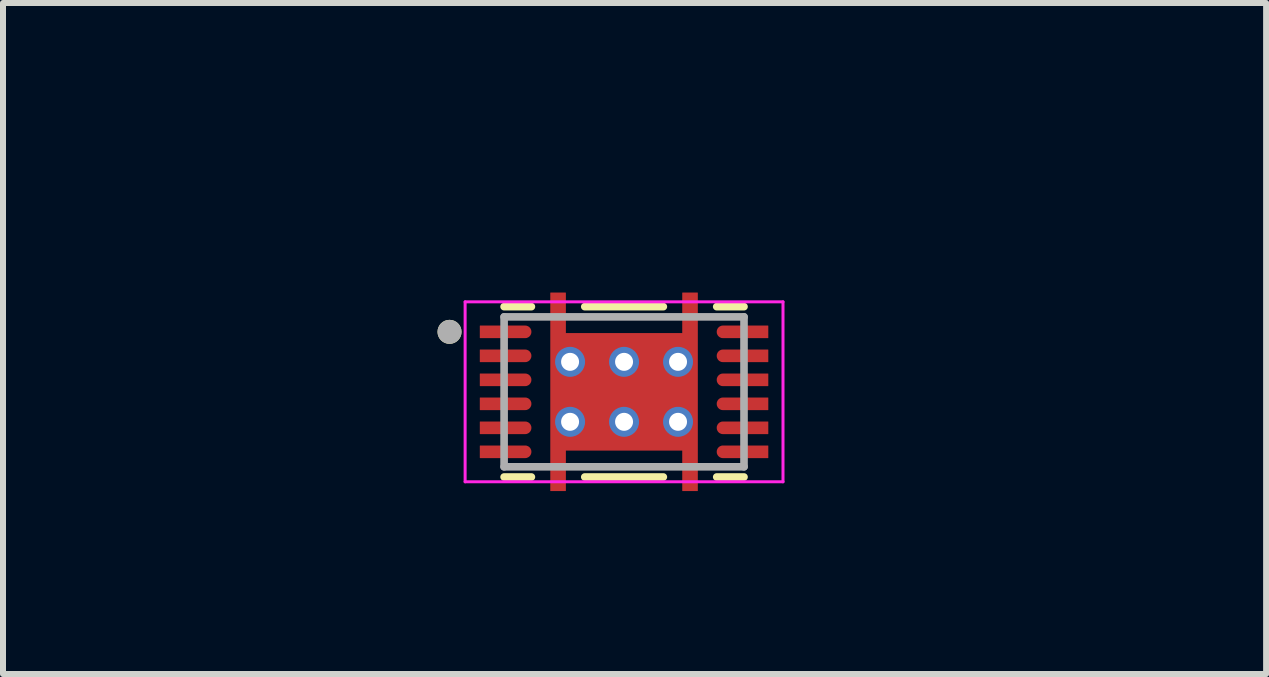
<source format=kicad_pcb>
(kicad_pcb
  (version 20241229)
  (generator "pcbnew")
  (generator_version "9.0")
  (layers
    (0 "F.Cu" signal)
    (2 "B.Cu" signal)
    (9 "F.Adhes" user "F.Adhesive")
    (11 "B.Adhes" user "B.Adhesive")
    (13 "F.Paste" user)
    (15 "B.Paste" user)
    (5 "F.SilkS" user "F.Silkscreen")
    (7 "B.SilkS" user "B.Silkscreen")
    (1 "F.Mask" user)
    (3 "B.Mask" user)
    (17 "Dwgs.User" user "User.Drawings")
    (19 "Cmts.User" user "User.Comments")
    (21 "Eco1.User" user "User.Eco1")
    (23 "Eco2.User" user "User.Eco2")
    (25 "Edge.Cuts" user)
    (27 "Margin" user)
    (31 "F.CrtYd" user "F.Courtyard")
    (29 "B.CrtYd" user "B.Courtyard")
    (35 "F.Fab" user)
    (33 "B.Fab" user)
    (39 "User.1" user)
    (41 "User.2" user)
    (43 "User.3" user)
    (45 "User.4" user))
  (footprint "BQ27441DRZR-G1A"
    (layer "F.Cu")
    (at 7.355 3.483)
    (property "Reference" "BQ27441DRZR-G1A" (at 0.175 -2.635 0) (layer "User.2") (effects (font (size 1 1) (thickness 0.15))))
    (attr smd)
    (fp_poly (pts (xy -1.275 1.7) (xy -1.275 -1.7) (xy -0.925 -1.7) (xy -0.925 -1.025) (xy 0.925 -1.025) (xy 0.925 -1.7) (xy 1.275 -1.7) (xy 1.275 1.7) (xy 0.925 1.7) (xy 0.925 1.025) (xy -0.925 1.025) (xy -0.925 1.7)) (stroke (width 0.01) (type solid)) (fill yes) (layer "F.Mask"))
    (fp_poly (pts (xy -2.45 -1.15) (xy -1.65 -1.15) (xy -1.642 -1.15) (xy -1.634 -1.149) (xy -1.627 -1.148) (xy -1.619 -1.147) (xy -1.611 -1.145) (xy -1.604 -1.143) (xy -1.596 -1.14) (xy -1.589 -1.137) (xy -1.582 -1.134) (xy -1.575 -1.13) (xy -1.568 -1.126) (xy -1.562 -1.121) (xy -1.556 -1.117) (xy -1.55 -1.111) (xy -1.544 -1.106) (xy -1.539 -1.1) (xy -1.533 -1.094) (xy -1.529 -1.088) (xy -1.524 -1.082) (xy -1.52 -1.075) (xy -1.516 -1.068) (xy -1.513 -1.061) (xy -1.51 -1.054) (xy -1.507 -1.046) (xy -1.505 -1.039) (xy -1.503 -1.031) (xy -1.502 -1.023) (xy -1.501 -1.016) (xy -1.5 -1.008) (xy -1.5 -1) (xy -1.5 -0.992) (xy -1.501 -0.984) (xy -1.502 -0.977) (xy -1.503 -0.969) (xy -1.505 -0.961) (xy -1.507 -0.954) (xy -1.51 -0.946) (xy -1.513 -0.939) (xy -1.516 -0.932) (xy -1.52 -0.925) (xy -1.524 -0.918) (xy -1.529 -0.912) (xy -1.533 -0.906) (xy -1.539 -0.9) (xy -1.544 -0.894) (xy -1.55 -0.889) (xy -1.556 -0.883) (xy -1.562 -0.879) (xy -1.568 -0.874) (xy -1.575 -0.87) (xy -1.582 -0.866) (xy -1.589 -0.863) (xy -1.596 -0.86) (xy -1.604 -0.857) (xy -1.611 -0.855) (xy -1.619 -0.853) (xy -1.627 -0.852) (xy -1.634 -0.851) (xy -1.642 -0.85) (xy -1.65 -0.85) (xy -2.45 -0.85) (xy -2.45 -1) (xy -2.45 -1.15)) (stroke (width 0.01) (type solid)) (fill yes) (layer "F.Mask"))
    (fp_poly (pts (xy -2.45 -0.75) (xy -1.65 -0.75) (xy -1.642 -0.75) (xy -1.634 -0.749) (xy -1.627 -0.748) (xy -1.619 -0.747) (xy -1.611 -0.745) (xy -1.604 -0.743) (xy -1.596 -0.74) (xy -1.589 -0.737) (xy -1.582 -0.734) (xy -1.575 -0.73) (xy -1.568 -0.726) (xy -1.562 -0.721) (xy -1.556 -0.717) (xy -1.55 -0.711) (xy -1.544 -0.706) (xy -1.539 -0.7) (xy -1.533 -0.694) (xy -1.529 -0.688) (xy -1.524 -0.682) (xy -1.52 -0.675) (xy -1.516 -0.668) (xy -1.513 -0.661) (xy -1.51 -0.654) (xy -1.507 -0.646) (xy -1.505 -0.639) (xy -1.503 -0.631) (xy -1.502 -0.623) (xy -1.501 -0.616) (xy -1.5 -0.608) (xy -1.5 -0.6) (xy -1.5 -0.592) (xy -1.501 -0.584) (xy -1.502 -0.577) (xy -1.503 -0.569) (xy -1.505 -0.561) (xy -1.507 -0.554) (xy -1.51 -0.546) (xy -1.513 -0.539) (xy -1.516 -0.532) (xy -1.52 -0.525) (xy -1.524 -0.518) (xy -1.529 -0.512) (xy -1.533 -0.506) (xy -1.539 -0.5) (xy -1.544 -0.494) (xy -1.55 -0.489) (xy -1.556 -0.483) (xy -1.562 -0.479) (xy -1.568 -0.474) (xy -1.575 -0.47) (xy -1.582 -0.466) (xy -1.589 -0.463) (xy -1.596 -0.46) (xy -1.604 -0.457) (xy -1.611 -0.455) (xy -1.619 -0.453) (xy -1.627 -0.452) (xy -1.634 -0.451) (xy -1.642 -0.45) (xy -1.65 -0.45) (xy -2.45 -0.45) (xy -2.45 -0.6) (xy -2.45 -0.75)) (stroke (width 0.01) (type solid)) (fill yes) (layer "F.Mask"))
    (fp_poly (pts (xy -2.45 -0.35) (xy -1.65 -0.35) (xy -1.642 -0.35) (xy -1.634 -0.349) (xy -1.627 -0.348) (xy -1.619 -0.347) (xy -1.611 -0.345) (xy -1.604 -0.343) (xy -1.596 -0.34) (xy -1.589 -0.337) (xy -1.582 -0.334) (xy -1.575 -0.33) (xy -1.568 -0.326) (xy -1.562 -0.321) (xy -1.556 -0.317) (xy -1.55 -0.311) (xy -1.544 -0.306) (xy -1.539 -0.3) (xy -1.533 -0.294) (xy -1.529 -0.288) (xy -1.524 -0.282) (xy -1.52 -0.275) (xy -1.516 -0.268) (xy -1.513 -0.261) (xy -1.51 -0.254) (xy -1.507 -0.246) (xy -1.505 -0.239) (xy -1.503 -0.231) (xy -1.502 -0.223) (xy -1.501 -0.216) (xy -1.5 -0.208) (xy -1.5 -0.2) (xy -1.5 -0.192) (xy -1.501 -0.184) (xy -1.502 -0.177) (xy -1.503 -0.169) (xy -1.505 -0.161) (xy -1.507 -0.154) (xy -1.51 -0.146) (xy -1.513 -0.139) (xy -1.516 -0.132) (xy -1.52 -0.125) (xy -1.524 -0.118) (xy -1.529 -0.112) (xy -1.533 -0.106) (xy -1.539 -0.1) (xy -1.544 -0.094) (xy -1.55 -0.089) (xy -1.556 -0.083) (xy -1.562 -0.079) (xy -1.568 -0.074) (xy -1.575 -0.07) (xy -1.582 -0.066) (xy -1.589 -0.063) (xy -1.596 -0.06) (xy -1.604 -0.057) (xy -1.611 -0.055) (xy -1.619 -0.053) (xy -1.627 -0.052) (xy -1.634 -0.051) (xy -1.642 -0.05) (xy -1.65 -0.05) (xy -2.45 -0.05) (xy -2.45 -0.2) (xy -2.45 -0.35)) (stroke (width 0.01) (type solid)) (fill yes) (layer "F.Mask"))
    (fp_poly (pts (xy -2.45 0.05) (xy -1.65 0.05) (xy -1.642 0.05) (xy -1.634 0.051) (xy -1.627 0.052) (xy -1.619 0.053) (xy -1.611 0.055) (xy -1.604 0.057) (xy -1.596 0.06) (xy -1.589 0.063) (xy -1.582 0.066) (xy -1.575 0.07) (xy -1.568 0.074) (xy -1.562 0.079) (xy -1.556 0.083) (xy -1.55 0.089) (xy -1.544 0.094) (xy -1.539 0.1) (xy -1.533 0.106) (xy -1.529 0.112) (xy -1.524 0.118) (xy -1.52 0.125) (xy -1.516 0.132) (xy -1.513 0.139) (xy -1.51 0.146) (xy -1.507 0.154) (xy -1.505 0.161) (xy -1.503 0.169) (xy -1.502 0.177) (xy -1.501 0.184) (xy -1.5 0.192) (xy -1.5 0.2) (xy -1.5 0.208) (xy -1.501 0.216) (xy -1.502 0.223) (xy -1.503 0.231) (xy -1.505 0.239) (xy -1.507 0.246) (xy -1.51 0.254) (xy -1.513 0.261) (xy -1.516 0.268) (xy -1.52 0.275) (xy -1.524 0.282) (xy -1.529 0.288) (xy -1.533 0.294) (xy -1.539 0.3) (xy -1.544 0.306) (xy -1.55 0.311) (xy -1.556 0.317) (xy -1.562 0.321) (xy -1.568 0.326) (xy -1.575 0.33) (xy -1.582 0.334) (xy -1.589 0.337) (xy -1.596 0.34) (xy -1.604 0.343) (xy -1.611 0.345) (xy -1.619 0.347) (xy -1.627 0.348) (xy -1.634 0.349) (xy -1.642 0.35) (xy -1.65 0.35) (xy -2.45 0.35) (xy -2.45 0.2) (xy -2.45 0.05)) (stroke (width 0.01) (type solid)) (fill yes) (layer "F.Mask"))
    (fp_poly (pts (xy -2.45 0.45) (xy -1.65 0.45) (xy -1.642 0.45) (xy -1.634 0.451) (xy -1.627 0.452) (xy -1.619 0.453) (xy -1.611 0.455) (xy -1.604 0.457) (xy -1.596 0.46) (xy -1.589 0.463) (xy -1.582 0.466) (xy -1.575 0.47) (xy -1.568 0.474) (xy -1.562 0.479) (xy -1.556 0.483) (xy -1.55 0.489) (xy -1.544 0.494) (xy -1.539 0.5) (xy -1.533 0.506) (xy -1.529 0.512) (xy -1.524 0.518) (xy -1.52 0.525) (xy -1.516 0.532) (xy -1.513 0.539) (xy -1.51 0.546) (xy -1.507 0.554) (xy -1.505 0.561) (xy -1.503 0.569) (xy -1.502 0.577) (xy -1.501 0.584) (xy -1.5 0.592) (xy -1.5 0.6) (xy -1.5 0.608) (xy -1.501 0.616) (xy -1.502 0.623) (xy -1.503 0.631) (xy -1.505 0.639) (xy -1.507 0.646) (xy -1.51 0.654) (xy -1.513 0.661) (xy -1.516 0.668) (xy -1.52 0.675) (xy -1.524 0.682) (xy -1.529 0.688) (xy -1.533 0.694) (xy -1.539 0.7) (xy -1.544 0.706) (xy -1.55 0.711) (xy -1.556 0.717) (xy -1.562 0.721) (xy -1.568 0.726) (xy -1.575 0.73) (xy -1.582 0.734) (xy -1.589 0.737) (xy -1.596 0.74) (xy -1.604 0.743) (xy -1.611 0.745) (xy -1.619 0.747) (xy -1.627 0.748) (xy -1.634 0.749) (xy -1.642 0.75) (xy -1.65 0.75) (xy -2.45 0.75) (xy -2.45 0.6) (xy -2.45 0.45)) (stroke (width 0.01) (type solid)) (fill yes) (layer "F.Mask"))
    (fp_poly (pts (xy -2.45 0.85) (xy -1.65 0.85) (xy -1.642 0.85) (xy -1.634 0.851) (xy -1.627 0.852) (xy -1.619 0.853) (xy -1.611 0.855) (xy -1.604 0.857) (xy -1.596 0.86) (xy -1.589 0.863) (xy -1.582 0.866) (xy -1.575 0.87) (xy -1.568 0.874) (xy -1.562 0.879) (xy -1.556 0.883) (xy -1.55 0.889) (xy -1.544 0.894) (xy -1.539 0.9) (xy -1.533 0.906) (xy -1.529 0.912) (xy -1.524 0.918) (xy -1.52 0.925) (xy -1.516 0.932) (xy -1.513 0.939) (xy -1.51 0.946) (xy -1.507 0.954) (xy -1.505 0.961) (xy -1.503 0.969) (xy -1.502 0.977) (xy -1.501 0.984) (xy -1.5 0.992) (xy -1.5 1) (xy -1.5 1.008) (xy -1.501 1.016) (xy -1.502 1.023) (xy -1.503 1.031) (xy -1.505 1.039) (xy -1.507 1.046) (xy -1.51 1.054) (xy -1.513 1.061) (xy -1.516 1.068) (xy -1.52 1.075) (xy -1.524 1.082) (xy -1.529 1.088) (xy -1.533 1.094) (xy -1.539 1.1) (xy -1.544 1.106) (xy -1.55 1.111) (xy -1.556 1.117) (xy -1.562 1.121) (xy -1.568 1.126) (xy -1.575 1.13) (xy -1.582 1.134) (xy -1.589 1.137) (xy -1.596 1.14) (xy -1.604 1.143) (xy -1.611 1.145) (xy -1.619 1.147) (xy -1.627 1.148) (xy -1.634 1.149) (xy -1.642 1.15) (xy -1.65 1.15) (xy -2.45 1.15) (xy -2.45 1) (xy -2.45 0.85)) (stroke (width 0.01) (type solid)) (fill yes) (layer "F.Mask"))
    (fp_poly (pts (xy 2.45 -0.85) (xy 1.65 -0.85) (xy 1.642 -0.85) (xy 1.634 -0.851) (xy 1.627 -0.852) (xy 1.619 -0.853) (xy 1.611 -0.855) (xy 1.604 -0.857) (xy 1.596 -0.86) (xy 1.589 -0.863) (xy 1.582 -0.866) (xy 1.575 -0.87) (xy 1.568 -0.874) (xy 1.562 -0.879) (xy 1.556 -0.883) (xy 1.55 -0.889) (xy 1.544 -0.894) (xy 1.539 -0.9) (xy 1.533 -0.906) (xy 1.529 -0.912) (xy 1.524 -0.918) (xy 1.52 -0.925) (xy 1.516 -0.932) (xy 1.513 -0.939) (xy 1.51 -0.946) (xy 1.507 -0.954) (xy 1.505 -0.961) (xy 1.503 -0.969) (xy 1.502 -0.977) (xy 1.501 -0.984) (xy 1.5 -0.992) (xy 1.5 -1) (xy 1.5 -1.008) (xy 1.501 -1.016) (xy 1.502 -1.023) (xy 1.503 -1.031) (xy 1.505 -1.039) (xy 1.507 -1.046) (xy 1.51 -1.054) (xy 1.513 -1.061) (xy 1.516 -1.068) (xy 1.52 -1.075) (xy 1.524 -1.082) (xy 1.529 -1.088) (xy 1.533 -1.094) (xy 1.539 -1.1) (xy 1.544 -1.106) (xy 1.55 -1.111) (xy 1.556 -1.117) (xy 1.562 -1.121) (xy 1.568 -1.126) (xy 1.575 -1.13) (xy 1.582 -1.134) (xy 1.589 -1.137) (xy 1.596 -1.14) (xy 1.604 -1.143) (xy 1.611 -1.145) (xy 1.619 -1.147) (xy 1.627 -1.148) (xy 1.634 -1.149) (xy 1.642 -1.15) (xy 1.65 -1.15) (xy 2.45 -1.15) (xy 2.45 -1) (xy 2.45 -0.85)) (stroke (width 0.01) (type solid)) (fill yes) (layer "F.Mask"))
    (fp_poly (pts (xy 2.45 -0.45) (xy 1.65 -0.45) (xy 1.642 -0.45) (xy 1.634 -0.451) (xy 1.627 -0.452) (xy 1.619 -0.453) (xy 1.611 -0.455) (xy 1.604 -0.457) (xy 1.596 -0.46) (xy 1.589 -0.463) (xy 1.582 -0.466) (xy 1.575 -0.47) (xy 1.568 -0.474) (xy 1.562 -0.479) (xy 1.556 -0.483) (xy 1.55 -0.489) (xy 1.544 -0.494) (xy 1.539 -0.5) (xy 1.533 -0.506) (xy 1.529 -0.512) (xy 1.524 -0.518) (xy 1.52 -0.525) (xy 1.516 -0.532) (xy 1.513 -0.539) (xy 1.51 -0.546) (xy 1.507 -0.554) (xy 1.505 -0.561) (xy 1.503 -0.569) (xy 1.502 -0.577) (xy 1.501 -0.584) (xy 1.5 -0.592) (xy 1.5 -0.6) (xy 1.5 -0.608) (xy 1.501 -0.616) (xy 1.502 -0.623) (xy 1.503 -0.631) (xy 1.505 -0.639) (xy 1.507 -0.646) (xy 1.51 -0.654) (xy 1.513 -0.661) (xy 1.516 -0.668) (xy 1.52 -0.675) (xy 1.524 -0.682) (xy 1.529 -0.688) (xy 1.533 -0.694) (xy 1.539 -0.7) (xy 1.544 -0.706) (xy 1.55 -0.711) (xy 1.556 -0.717) (xy 1.562 -0.721) (xy 1.568 -0.726) (xy 1.575 -0.73) (xy 1.582 -0.734) (xy 1.589 -0.737) (xy 1.596 -0.74) (xy 1.604 -0.743) (xy 1.611 -0.745) (xy 1.619 -0.747) (xy 1.627 -0.748) (xy 1.634 -0.749) (xy 1.642 -0.75) (xy 1.65 -0.75) (xy 2.45 -0.75) (xy 2.45 -0.6) (xy 2.45 -0.45)) (stroke (width 0.01) (type solid)) (fill yes) (layer "F.Mask"))
    (fp_poly (pts (xy 2.45 -0.05) (xy 1.65 -0.05) (xy 1.642 -0.05) (xy 1.634 -0.051) (xy 1.627 -0.052) (xy 1.619 -0.053) (xy 1.611 -0.055) (xy 1.604 -0.057) (xy 1.596 -0.06) (xy 1.589 -0.063) (xy 1.582 -0.066) (xy 1.575 -0.07) (xy 1.568 -0.074) (xy 1.562 -0.079) (xy 1.556 -0.083) (xy 1.55 -0.089) (xy 1.544 -0.094) (xy 1.539 -0.1) (xy 1.533 -0.106) (xy 1.529 -0.112) (xy 1.524 -0.118) (xy 1.52 -0.125) (xy 1.516 -0.132) (xy 1.513 -0.139) (xy 1.51 -0.146) (xy 1.507 -0.154) (xy 1.505 -0.161) (xy 1.503 -0.169) (xy 1.502 -0.177) (xy 1.501 -0.184) (xy 1.5 -0.192) (xy 1.5 -0.2) (xy 1.5 -0.208) (xy 1.501 -0.216) (xy 1.502 -0.223) (xy 1.503 -0.231) (xy 1.505 -0.239) (xy 1.507 -0.246) (xy 1.51 -0.254) (xy 1.513 -0.261) (xy 1.516 -0.268) (xy 1.52 -0.275) (xy 1.524 -0.282) (xy 1.529 -0.288) (xy 1.533 -0.294) (xy 1.539 -0.3) (xy 1.544 -0.306) (xy 1.55 -0.311) (xy 1.556 -0.317) (xy 1.562 -0.321) (xy 1.568 -0.326) (xy 1.575 -0.33) (xy 1.582 -0.334) (xy 1.589 -0.337) (xy 1.596 -0.34) (xy 1.604 -0.343) (xy 1.611 -0.345) (xy 1.619 -0.347) (xy 1.627 -0.348) (xy 1.634 -0.349) (xy 1.642 -0.35) (xy 1.65 -0.35) (xy 2.45 -0.35) (xy 2.45 -0.2) (xy 2.45 -0.05)) (stroke (width 0.01) (type solid)) (fill yes) (layer "F.Mask"))
    (fp_poly (pts (xy 2.45 0.35) (xy 1.65 0.35) (xy 1.642 0.35) (xy 1.634 0.349) (xy 1.627 0.348) (xy 1.619 0.347) (xy 1.611 0.345) (xy 1.604 0.343) (xy 1.596 0.34) (xy 1.589 0.337) (xy 1.582 0.334) (xy 1.575 0.33) (xy 1.568 0.326) (xy 1.562 0.321) (xy 1.556 0.317) (xy 1.55 0.311) (xy 1.544 0.306) (xy 1.539 0.3) (xy 1.533 0.294) (xy 1.529 0.288) (xy 1.524 0.282) (xy 1.52 0.275) (xy 1.516 0.268) (xy 1.513 0.261) (xy 1.51 0.254) (xy 1.507 0.246) (xy 1.505 0.239) (xy 1.503 0.231) (xy 1.502 0.223) (xy 1.501 0.216) (xy 1.5 0.208) (xy 1.5 0.2) (xy 1.5 0.192) (xy 1.501 0.184) (xy 1.502 0.177) (xy 1.503 0.169) (xy 1.505 0.161) (xy 1.507 0.154) (xy 1.51 0.146) (xy 1.513 0.139) (xy 1.516 0.132) (xy 1.52 0.125) (xy 1.524 0.118) (xy 1.529 0.112) (xy 1.533 0.106) (xy 1.539 0.1) (xy 1.544 0.094) (xy 1.55 0.089) (xy 1.556 0.083) (xy 1.562 0.079) (xy 1.568 0.074) (xy 1.575 0.07) (xy 1.582 0.066) (xy 1.589 0.063) (xy 1.596 0.06) (xy 1.604 0.057) (xy 1.611 0.055) (xy 1.619 0.053) (xy 1.627 0.052) (xy 1.634 0.051) (xy 1.642 0.05) (xy 1.65 0.05) (xy 2.45 0.05) (xy 2.45 0.2) (xy 2.45 0.35)) (stroke (width 0.01) (type solid)) (fill yes) (layer "F.Mask"))
    (fp_poly (pts (xy 2.45 0.75) (xy 1.65 0.75) (xy 1.642 0.75) (xy 1.634 0.749) (xy 1.627 0.748) (xy 1.619 0.747) (xy 1.611 0.745) (xy 1.604 0.743) (xy 1.596 0.74) (xy 1.589 0.737) (xy 1.582 0.734) (xy 1.575 0.73) (xy 1.568 0.726) (xy 1.562 0.721) (xy 1.556 0.717) (xy 1.55 0.711) (xy 1.544 0.706) (xy 1.539 0.7) (xy 1.533 0.694) (xy 1.529 0.688) (xy 1.524 0.682) (xy 1.52 0.675) (xy 1.516 0.668) (xy 1.513 0.661) (xy 1.51 0.654) (xy 1.507 0.646) (xy 1.505 0.639) (xy 1.503 0.631) (xy 1.502 0.623) (xy 1.501 0.616) (xy 1.5 0.608) (xy 1.5 0.6) (xy 1.5 0.592) (xy 1.501 0.584) (xy 1.502 0.577) (xy 1.503 0.569) (xy 1.505 0.561) (xy 1.507 0.554) (xy 1.51 0.546) (xy 1.513 0.539) (xy 1.516 0.532) (xy 1.52 0.525) (xy 1.524 0.518) (xy 1.529 0.512) (xy 1.533 0.506) (xy 1.539 0.5) (xy 1.544 0.494) (xy 1.55 0.489) (xy 1.556 0.483) (xy 1.562 0.479) (xy 1.568 0.474) (xy 1.575 0.47) (xy 1.582 0.466) (xy 1.589 0.463) (xy 1.596 0.46) (xy 1.604 0.457) (xy 1.611 0.455) (xy 1.619 0.453) (xy 1.627 0.452) (xy 1.634 0.451) (xy 1.642 0.45) (xy 1.65 0.45) (xy 2.45 0.45) (xy 2.45 0.6) (xy 2.45 0.75)) (stroke (width 0.01) (type solid)) (fill yes) (layer "F.Mask"))
    (fp_poly (pts (xy 2.45 1.15) (xy 1.65 1.15) (xy 1.642 1.15) (xy 1.634 1.149) (xy 1.627 1.148) (xy 1.619 1.147) (xy 1.611 1.145) (xy 1.604 1.143) (xy 1.596 1.14) (xy 1.589 1.137) (xy 1.582 1.134) (xy 1.575 1.13) (xy 1.568 1.126) (xy 1.562 1.121) (xy 1.556 1.117) (xy 1.55 1.111) (xy 1.544 1.106) (xy 1.539 1.1) (xy 1.533 1.094) (xy 1.529 1.088) (xy 1.524 1.082) (xy 1.52 1.075) (xy 1.516 1.068) (xy 1.513 1.061) (xy 1.51 1.054) (xy 1.507 1.046) (xy 1.505 1.039) (xy 1.503 1.031) (xy 1.502 1.023) (xy 1.501 1.016) (xy 1.5 1.008) (xy 1.5 1) (xy 1.5 0.992) (xy 1.501 0.984) (xy 1.502 0.977) (xy 1.503 0.969) (xy 1.505 0.961) (xy 1.507 0.954) (xy 1.51 0.946) (xy 1.513 0.939) (xy 1.516 0.932) (xy 1.52 0.925) (xy 1.524 0.918) (xy 1.529 0.912) (xy 1.533 0.906) (xy 1.539 0.9) (xy 1.544 0.894) (xy 1.55 0.889) (xy 1.556 0.883) (xy 1.562 0.879) (xy 1.568 0.874) (xy 1.575 0.87) (xy 1.582 0.866) (xy 1.589 0.863) (xy 1.596 0.86) (xy 1.604 0.857) (xy 1.611 0.855) (xy 1.619 0.853) (xy 1.627 0.852) (xy 1.634 0.851) (xy 1.642 0.85) (xy 1.65 0.85) (xy 2.45 0.85) (xy 2.45 1) (xy 2.45 1.15)) (stroke (width 0.01) (type solid)) (fill yes) (layer "F.Mask"))
    (fp_line (start -2 -1.42) (end -1.545 -1.42) (stroke (width 0.127) (type solid)) (layer "F.SilkS"))
    (fp_line (start -2 1.42) (end -1.545 1.42) (stroke (width 0.127) (type solid)) (layer "F.SilkS"))
    (fp_line (start -0.655 -1.42) (end 0.655 -1.42) (stroke (width 0.127) (type solid)) (layer "F.SilkS"))
    (fp_line (start -0.655 1.42) (end 0.655 1.42) (stroke (width 0.127) (type solid)) (layer "F.SilkS"))
    (fp_line (start 1.545 -1.42) (end 2 -1.42) (stroke (width 0.127) (type solid)) (layer "F.SilkS"))
    (fp_line (start 1.545 1.42) (end 2 1.42) (stroke (width 0.127) (type solid)) (layer "F.SilkS"))
    (fp_circle (center -2.91 -1) (end -2.81 -1) (stroke (width 0.2) (type solid)) (fill no) (layer "F.SilkS"))
    (fp_poly (pts (xy -1.225 -1.625) (xy -1.225 -1.1) (xy -0.975 -1.1) (xy -0.975 -1.625)) (stroke (width 0.01) (type solid)) (fill yes) (layer "F.Paste"))
    (fp_poly (pts (xy -1.225 1.1) (xy -1.225 1.625) (xy -0.975 1.625) (xy -0.975 1.1)) (stroke (width 0.01) (type solid)) (fill yes) (layer "F.Paste"))
    (fp_poly (pts (xy -1.1 -0.9) (xy -0.1 -0.9) (xy -0.1 -0.1) (xy -1.1 -0.1)) (stroke (width 0.01) (type solid)) (fill yes) (layer "F.Paste"))
    (fp_poly (pts (xy -1.1 0.1) (xy -0.1 0.1) (xy -0.1 0.9) (xy -1.1 0.9)) (stroke (width 0.01) (type solid)) (fill yes) (layer "F.Paste"))
    (fp_poly (pts (xy 0.1 -0.9) (xy 1.1 -0.9) (xy 1.1 -0.1) (xy 0.1 -0.1)) (stroke (width 0.01) (type solid)) (fill yes) (layer "F.Paste"))
    (fp_poly (pts (xy 0.1 0.1) (xy 1.1 0.1) (xy 1.1 0.9) (xy 0.1 0.9)) (stroke (width 0.01) (type solid)) (fill yes) (layer "F.Paste"))
    (fp_poly (pts (xy 0.975 -1.625) (xy 0.975 -1.1) (xy 1.225 -1.1) (xy 1.225 -1.625)) (stroke (width 0.01) (type solid)) (fill yes) (layer "F.Paste"))
    (fp_poly (pts (xy 0.975 1.1) (xy 0.975 1.625) (xy 1.225 1.625) (xy 1.225 1.1)) (stroke (width 0.01) (type solid)) (fill yes) (layer "F.Paste"))
    (fp_poly (pts (xy -2.375 -1.1) (xy -1.675 -1.1) (xy -1.67 -1.1) (xy -1.665 -1.099) (xy -1.659 -1.099) (xy -1.654 -1.098) (xy -1.649 -1.097) (xy -1.644 -1.095) (xy -1.639 -1.093) (xy -1.634 -1.091) (xy -1.63 -1.089) (xy -1.625 -1.087) (xy -1.621 -1.084) (xy -1.616 -1.081) (xy -1.612 -1.078) (xy -1.608 -1.074) (xy -1.604 -1.071) (xy -1.601 -1.067) (xy -1.597 -1.063) (xy -1.594 -1.059) (xy -1.591 -1.054) (xy -1.588 -1.05) (xy -1.586 -1.045) (xy -1.584 -1.041) (xy -1.582 -1.036) (xy -1.58 -1.031) (xy -1.578 -1.026) (xy -1.577 -1.021) (xy -1.576 -1.016) (xy -1.576 -1.01) (xy -1.575 -1.005) (xy -1.575 -1) (xy -1.575 -0.995) (xy -1.576 -0.99) (xy -1.576 -0.984) (xy -1.577 -0.979) (xy -1.578 -0.974) (xy -1.58 -0.969) (xy -1.582 -0.964) (xy -1.584 -0.959) (xy -1.586 -0.955) (xy -1.588 -0.95) (xy -1.591 -0.946) (xy -1.594 -0.941) (xy -1.597 -0.937) (xy -1.601 -0.933) (xy -1.604 -0.929) (xy -1.608 -0.926) (xy -1.612 -0.922) (xy -1.616 -0.919) (xy -1.621 -0.916) (xy -1.625 -0.913) (xy -1.63 -0.911) (xy -1.634 -0.909) (xy -1.639 -0.907) (xy -1.644 -0.905) (xy -1.649 -0.903) (xy -1.654 -0.902) (xy -1.659 -0.901) (xy -1.665 -0.901) (xy -1.67 -0.9) (xy -1.675 -0.9) (xy -2.375 -0.9) (xy -2.375 -1) (xy -2.375 -1.1)) (stroke (width 0.01) (type solid)) (fill yes) (layer "F.Paste"))
    (fp_poly (pts (xy -2.375 -0.7) (xy -1.675 -0.7) (xy -1.67 -0.7) (xy -1.665 -0.699) (xy -1.659 -0.699) (xy -1.654 -0.698) (xy -1.649 -0.697) (xy -1.644 -0.695) (xy -1.639 -0.693) (xy -1.634 -0.691) (xy -1.63 -0.689) (xy -1.625 -0.687) (xy -1.621 -0.684) (xy -1.616 -0.681) (xy -1.612 -0.678) (xy -1.608 -0.674) (xy -1.604 -0.671) (xy -1.601 -0.667) (xy -1.597 -0.663) (xy -1.594 -0.659) (xy -1.591 -0.654) (xy -1.588 -0.65) (xy -1.586 -0.645) (xy -1.584 -0.641) (xy -1.582 -0.636) (xy -1.58 -0.631) (xy -1.578 -0.626) (xy -1.577 -0.621) (xy -1.576 -0.616) (xy -1.576 -0.61) (xy -1.575 -0.605) (xy -1.575 -0.6) (xy -1.575 -0.595) (xy -1.576 -0.59) (xy -1.576 -0.584) (xy -1.577 -0.579) (xy -1.578 -0.574) (xy -1.58 -0.569) (xy -1.582 -0.564) (xy -1.584 -0.559) (xy -1.586 -0.555) (xy -1.588 -0.55) (xy -1.591 -0.546) (xy -1.594 -0.541) (xy -1.597 -0.537) (xy -1.601 -0.533) (xy -1.604 -0.529) (xy -1.608 -0.526) (xy -1.612 -0.522) (xy -1.616 -0.519) (xy -1.621 -0.516) (xy -1.625 -0.513) (xy -1.63 -0.511) (xy -1.634 -0.509) (xy -1.639 -0.507) (xy -1.644 -0.505) (xy -1.649 -0.503) (xy -1.654 -0.502) (xy -1.659 -0.501) (xy -1.665 -0.501) (xy -1.67 -0.5) (xy -1.675 -0.5) (xy -2.375 -0.5) (xy -2.375 -0.6) (xy -2.375 -0.7)) (stroke (width 0.01) (type solid)) (fill yes) (layer "F.Paste"))
    (fp_poly (pts (xy -2.375 -0.7) (xy -1.675 -0.7) (xy -1.67 -0.7) (xy -1.665 -0.699) (xy -1.659 -0.699) (xy -1.654 -0.698) (xy -1.649 -0.697) (xy -1.644 -0.695) (xy -1.639 -0.693) (xy -1.634 -0.691) (xy -1.63 -0.689) (xy -1.625 -0.687) (xy -1.621 -0.684) (xy -1.616 -0.681) (xy -1.612 -0.678) (xy -1.608 -0.674) (xy -1.604 -0.671) (xy -1.601 -0.667) (xy -1.597 -0.663) (xy -1.594 -0.659) (xy -1.591 -0.654) (xy -1.588 -0.65) (xy -1.586 -0.645) (xy -1.584 -0.641) (xy -1.582 -0.636) (xy -1.58 -0.631) (xy -1.578 -0.626) (xy -1.577 -0.621) (xy -1.576 -0.616) (xy -1.576 -0.61) (xy -1.575 -0.605) (xy -1.575 -0.6) (xy -1.575 -0.595) (xy -1.576 -0.59) (xy -1.576 -0.584) (xy -1.577 -0.579) (xy -1.578 -0.574) (xy -1.58 -0.569) (xy -1.582 -0.564) (xy -1.584 -0.559) (xy -1.586 -0.555) (xy -1.588 -0.55) (xy -1.591 -0.546) (xy -1.594 -0.541) (xy -1.597 -0.537) (xy -1.601 -0.533) (xy -1.604 -0.529) (xy -1.608 -0.526) (xy -1.612 -0.522) (xy -1.616 -0.519) (xy -1.621 -0.516) (xy -1.625 -0.513) (xy -1.63 -0.511) (xy -1.634 -0.509) (xy -1.639 -0.507) (xy -1.644 -0.505) (xy -1.649 -0.503) (xy -1.654 -0.502) (xy -1.659 -0.501) (xy -1.665 -0.501) (xy -1.67 -0.5) (xy -1.675 -0.5) (xy -2.375 -0.5) (xy -2.375 -0.6) (xy -2.375 -0.7)) (stroke (width 0.01) (type solid)) (fill yes) (layer "F.Paste"))
    (fp_poly (pts (xy -2.375 -0.3) (xy -1.675 -0.3) (xy -1.67 -0.3) (xy -1.665 -0.299) (xy -1.659 -0.299) (xy -1.654 -0.298) (xy -1.649 -0.297) (xy -1.644 -0.295) (xy -1.639 -0.293) (xy -1.634 -0.291) (xy -1.63 -0.289) (xy -1.625 -0.287) (xy -1.621 -0.284) (xy -1.616 -0.281) (xy -1.612 -0.278) (xy -1.608 -0.274) (xy -1.604 -0.271) (xy -1.601 -0.267) (xy -1.597 -0.263) (xy -1.594 -0.259) (xy -1.591 -0.254) (xy -1.588 -0.25) (xy -1.586 -0.245) (xy -1.584 -0.241) (xy -1.582 -0.236) (xy -1.58 -0.231) (xy -1.578 -0.226) (xy -1.577 -0.221) (xy -1.576 -0.216) (xy -1.576 -0.21) (xy -1.575 -0.205) (xy -1.575 -0.2) (xy -1.575 -0.195) (xy -1.576 -0.19) (xy -1.576 -0.184) (xy -1.577 -0.179) (xy -1.578 -0.174) (xy -1.58 -0.169) (xy -1.582 -0.164) (xy -1.584 -0.159) (xy -1.586 -0.155) (xy -1.588 -0.15) (xy -1.591 -0.146) (xy -1.594 -0.141) (xy -1.597 -0.137) (xy -1.601 -0.133) (xy -1.604 -0.129) (xy -1.608 -0.126) (xy -1.612 -0.122) (xy -1.616 -0.119) (xy -1.621 -0.116) (xy -1.625 -0.113) (xy -1.63 -0.111) (xy -1.634 -0.109) (xy -1.639 -0.107) (xy -1.644 -0.105) (xy -1.649 -0.103) (xy -1.654 -0.102) (xy -1.659 -0.101) (xy -1.665 -0.101) (xy -1.67 -0.1) (xy -1.675 -0.1) (xy -2.375 -0.1) (xy -2.375 -0.2) (xy -2.375 -0.3)) (stroke (width 0.01) (type solid)) (fill yes) (layer "F.Paste"))
    (fp_poly (pts (xy -2.375 0.1) (xy -1.675 0.1) (xy -1.67 0.1) (xy -1.665 0.101) (xy -1.659 0.101) (xy -1.654 0.102) (xy -1.649 0.103) (xy -1.644 0.105) (xy -1.639 0.107) (xy -1.634 0.109) (xy -1.63 0.111) (xy -1.625 0.113) (xy -1.621 0.116) (xy -1.616 0.119) (xy -1.612 0.122) (xy -1.608 0.126) (xy -1.604 0.129) (xy -1.601 0.133) (xy -1.597 0.137) (xy -1.594 0.141) (xy -1.591 0.146) (xy -1.588 0.15) (xy -1.586 0.155) (xy -1.584 0.159) (xy -1.582 0.164) (xy -1.58 0.169) (xy -1.578 0.174) (xy -1.577 0.179) (xy -1.576 0.184) (xy -1.576 0.19) (xy -1.575 0.195) (xy -1.575 0.2) (xy -1.575 0.205) (xy -1.576 0.21) (xy -1.576 0.216) (xy -1.577 0.221) (xy -1.578 0.226) (xy -1.58 0.231) (xy -1.582 0.236) (xy -1.584 0.241) (xy -1.586 0.245) (xy -1.588 0.25) (xy -1.591 0.254) (xy -1.594 0.259) (xy -1.597 0.263) (xy -1.601 0.267) (xy -1.604 0.271) (xy -1.608 0.274) (xy -1.612 0.278) (xy -1.616 0.281) (xy -1.621 0.284) (xy -1.625 0.287) (xy -1.63 0.289) (xy -1.634 0.291) (xy -1.639 0.293) (xy -1.644 0.295) (xy -1.649 0.297) (xy -1.654 0.298) (xy -1.659 0.299) (xy -1.665 0.299) (xy -1.67 0.3) (xy -1.675 0.3) (xy -2.375 0.3) (xy -2.375 0.2) (xy -2.375 0.1)) (stroke (width 0.01) (type solid)) (fill yes) (layer "F.Paste"))
    (fp_poly (pts (xy -2.375 0.5) (xy -1.675 0.5) (xy -1.67 0.5) (xy -1.665 0.501) (xy -1.659 0.501) (xy -1.654 0.502) (xy -1.649 0.503) (xy -1.644 0.505) (xy -1.639 0.507) (xy -1.634 0.509) (xy -1.63 0.511) (xy -1.625 0.513) (xy -1.621 0.516) (xy -1.616 0.519) (xy -1.612 0.522) (xy -1.608 0.526) (xy -1.604 0.529) (xy -1.601 0.533) (xy -1.597 0.537) (xy -1.594 0.541) (xy -1.591 0.546) (xy -1.588 0.55) (xy -1.586 0.555) (xy -1.584 0.559) (xy -1.582 0.564) (xy -1.58 0.569) (xy -1.578 0.574) (xy -1.577 0.579) (xy -1.576 0.584) (xy -1.576 0.59) (xy -1.575 0.595) (xy -1.575 0.6) (xy -1.575 0.605) (xy -1.576 0.61) (xy -1.576 0.616) (xy -1.577 0.621) (xy -1.578 0.626) (xy -1.58 0.631) (xy -1.582 0.636) (xy -1.584 0.641) (xy -1.586 0.645) (xy -1.588 0.65) (xy -1.591 0.654) (xy -1.594 0.659) (xy -1.597 0.663) (xy -1.601 0.667) (xy -1.604 0.671) (xy -1.608 0.674) (xy -1.612 0.678) (xy -1.616 0.681) (xy -1.621 0.684) (xy -1.625 0.687) (xy -1.63 0.689) (xy -1.634 0.691) (xy -1.639 0.693) (xy -1.644 0.695) (xy -1.649 0.697) (xy -1.654 0.698) (xy -1.659 0.699) (xy -1.665 0.699) (xy -1.67 0.7) (xy -1.675 0.7) (xy -2.375 0.7) (xy -2.375 0.6) (xy -2.375 0.5)) (stroke (width 0.01) (type solid)) (fill yes) (layer "F.Paste"))
    (fp_poly (pts (xy -2.375 0.9) (xy -1.675 0.9) (xy -1.67 0.9) (xy -1.665 0.901) (xy -1.659 0.901) (xy -1.654 0.902) (xy -1.649 0.903) (xy -1.644 0.905) (xy -1.639 0.907) (xy -1.634 0.909) (xy -1.63 0.911) (xy -1.625 0.913) (xy -1.621 0.916) (xy -1.616 0.919) (xy -1.612 0.922) (xy -1.608 0.926) (xy -1.604 0.929) (xy -1.601 0.933) (xy -1.597 0.937) (xy -1.594 0.941) (xy -1.591 0.946) (xy -1.588 0.95) (xy -1.586 0.955) (xy -1.584 0.959) (xy -1.582 0.964) (xy -1.58 0.969) (xy -1.578 0.974) (xy -1.577 0.979) (xy -1.576 0.984) (xy -1.576 0.99) (xy -1.575 0.995) (xy -1.575 1) (xy -1.575 1.005) (xy -1.576 1.01) (xy -1.576 1.016) (xy -1.577 1.021) (xy -1.578 1.026) (xy -1.58 1.031) (xy -1.582 1.036) (xy -1.584 1.041) (xy -1.586 1.045) (xy -1.588 1.05) (xy -1.591 1.054) (xy -1.594 1.059) (xy -1.597 1.063) (xy -1.601 1.067) (xy -1.604 1.071) (xy -1.608 1.074) (xy -1.612 1.078) (xy -1.616 1.081) (xy -1.621 1.084) (xy -1.625 1.087) (xy -1.63 1.089) (xy -1.634 1.091) (xy -1.639 1.093) (xy -1.644 1.095) (xy -1.649 1.097) (xy -1.654 1.098) (xy -1.659 1.099) (xy -1.665 1.099) (xy -1.67 1.1) (xy -1.675 1.1) (xy -2.375 1.1) (xy -2.375 1) (xy -2.375 0.9)) (stroke (width 0.01) (type solid)) (fill yes) (layer "F.Paste"))
    (fp_poly (pts (xy 2.375 -0.9) (xy 1.675 -0.9) (xy 1.67 -0.9) (xy 1.665 -0.901) (xy 1.659 -0.901) (xy 1.654 -0.902) (xy 1.649 -0.903) (xy 1.644 -0.905) (xy 1.639 -0.907) (xy 1.634 -0.909) (xy 1.63 -0.911) (xy 1.625 -0.913) (xy 1.621 -0.916) (xy 1.616 -0.919) (xy 1.612 -0.922) (xy 1.608 -0.926) (xy 1.604 -0.929) (xy 1.601 -0.933) (xy 1.597 -0.937) (xy 1.594 -0.941) (xy 1.591 -0.946) (xy 1.588 -0.95) (xy 1.586 -0.955) (xy 1.584 -0.959) (xy 1.582 -0.964) (xy 1.58 -0.969) (xy 1.578 -0.974) (xy 1.577 -0.979) (xy 1.576 -0.984) (xy 1.576 -0.99) (xy 1.575 -0.995) (xy 1.575 -1) (xy 1.575 -1.005) (xy 1.576 -1.01) (xy 1.576 -1.016) (xy 1.577 -1.021) (xy 1.578 -1.026) (xy 1.58 -1.031) (xy 1.582 -1.036) (xy 1.584 -1.041) (xy 1.586 -1.045) (xy 1.588 -1.05) (xy 1.591 -1.054) (xy 1.594 -1.059) (xy 1.597 -1.063) (xy 1.601 -1.067) (xy 1.604 -1.071) (xy 1.608 -1.074) (xy 1.612 -1.078) (xy 1.616 -1.081) (xy 1.621 -1.084) (xy 1.625 -1.087) (xy 1.63 -1.089) (xy 1.634 -1.091) (xy 1.639 -1.093) (xy 1.644 -1.095) (xy 1.649 -1.097) (xy 1.654 -1.098) (xy 1.659 -1.099) (xy 1.665 -1.099) (xy 1.67 -1.1) (xy 1.675 -1.1) (xy 2.375 -1.1) (xy 2.375 -1) (xy 2.375 -0.9)) (stroke (width 0.01) (type solid)) (fill yes) (layer "F.Paste"))
    (fp_poly (pts (xy 2.375 -0.5) (xy 1.675 -0.5) (xy 1.67 -0.5) (xy 1.665 -0.501) (xy 1.659 -0.501) (xy 1.654 -0.502) (xy 1.649 -0.503) (xy 1.644 -0.505) (xy 1.639 -0.507) (xy 1.634 -0.509) (xy 1.63 -0.511) (xy 1.625 -0.513) (xy 1.621 -0.516) (xy 1.616 -0.519) (xy 1.612 -0.522) (xy 1.608 -0.526) (xy 1.604 -0.529) (xy 1.601 -0.533) (xy 1.597 -0.537) (xy 1.594 -0.541) (xy 1.591 -0.546) (xy 1.588 -0.55) (xy 1.586 -0.555) (xy 1.584 -0.559) (xy 1.582 -0.564) (xy 1.58 -0.569) (xy 1.578 -0.574) (xy 1.577 -0.579) (xy 1.576 -0.584) (xy 1.576 -0.59) (xy 1.575 -0.595) (xy 1.575 -0.6) (xy 1.575 -0.605) (xy 1.576 -0.61) (xy 1.576 -0.616) (xy 1.577 -0.621) (xy 1.578 -0.626) (xy 1.58 -0.631) (xy 1.582 -0.636) (xy 1.584 -0.641) (xy 1.586 -0.645) (xy 1.588 -0.65) (xy 1.591 -0.654) (xy 1.594 -0.659) (xy 1.597 -0.663) (xy 1.601 -0.667) (xy 1.604 -0.671) (xy 1.608 -0.674) (xy 1.612 -0.678) (xy 1.616 -0.681) (xy 1.621 -0.684) (xy 1.625 -0.687) (xy 1.63 -0.689) (xy 1.634 -0.691) (xy 1.639 -0.693) (xy 1.644 -0.695) (xy 1.649 -0.697) (xy 1.654 -0.698) (xy 1.659 -0.699) (xy 1.665 -0.699) (xy 1.67 -0.7) (xy 1.675 -0.7) (xy 2.375 -0.7) (xy 2.375 -0.6) (xy 2.375 -0.5)) (stroke (width 0.01) (type solid)) (fill yes) (layer "F.Paste"))
    (fp_poly (pts (xy 2.375 -0.1) (xy 1.675 -0.1) (xy 1.67 -0.1) (xy 1.665 -0.101) (xy 1.659 -0.101) (xy 1.654 -0.102) (xy 1.649 -0.103) (xy 1.644 -0.105) (xy 1.639 -0.107) (xy 1.634 -0.109) (xy 1.63 -0.111) (xy 1.625 -0.113) (xy 1.621 -0.116) (xy 1.616 -0.119) (xy 1.612 -0.122) (xy 1.608 -0.126) (xy 1.604 -0.129) (xy 1.601 -0.133) (xy 1.597 -0.137) (xy 1.594 -0.141) (xy 1.591 -0.146) (xy 1.588 -0.15) (xy 1.586 -0.155) (xy 1.584 -0.159) (xy 1.582 -0.164) (xy 1.58 -0.169) (xy 1.578 -0.174) (xy 1.577 -0.179) (xy 1.576 -0.184) (xy 1.576 -0.19) (xy 1.575 -0.195) (xy 1.575 -0.2) (xy 1.575 -0.205) (xy 1.576 -0.21) (xy 1.576 -0.216) (xy 1.577 -0.221) (xy 1.578 -0.226) (xy 1.58 -0.231) (xy 1.582 -0.236) (xy 1.584 -0.241) (xy 1.586 -0.245) (xy 1.588 -0.25) (xy 1.591 -0.254) (xy 1.594 -0.259) (xy 1.597 -0.263) (xy 1.601 -0.267) (xy 1.604 -0.271) (xy 1.608 -0.274) (xy 1.612 -0.278) (xy 1.616 -0.281) (xy 1.621 -0.284) (xy 1.625 -0.287) (xy 1.63 -0.289) (xy 1.634 -0.291) (xy 1.639 -0.293) (xy 1.644 -0.295) (xy 1.649 -0.297) (xy 1.654 -0.298) (xy 1.659 -0.299) (xy 1.665 -0.299) (xy 1.67 -0.3) (xy 1.675 -0.3) (xy 2.375 -0.3) (xy 2.375 -0.2) (xy 2.375 -0.1)) (stroke (width 0.01) (type solid)) (fill yes) (layer "F.Paste"))
    (fp_poly (pts (xy 2.375 0.3) (xy 1.675 0.3) (xy 1.67 0.3) (xy 1.665 0.299) (xy 1.659 0.299) (xy 1.654 0.298) (xy 1.649 0.297) (xy 1.644 0.295) (xy 1.639 0.293) (xy 1.634 0.291) (xy 1.63 0.289) (xy 1.625 0.287) (xy 1.621 0.284) (xy 1.616 0.281) (xy 1.612 0.278) (xy 1.608 0.274) (xy 1.604 0.271) (xy 1.601 0.267) (xy 1.597 0.263) (xy 1.594 0.259) (xy 1.591 0.254) (xy 1.588 0.25) (xy 1.586 0.245) (xy 1.584 0.241) (xy 1.582 0.236) (xy 1.58 0.231) (xy 1.578 0.226) (xy 1.577 0.221) (xy 1.576 0.216) (xy 1.576 0.21) (xy 1.575 0.205) (xy 1.575 0.2) (xy 1.575 0.195) (xy 1.576 0.19) (xy 1.576 0.184) (xy 1.577 0.179) (xy 1.578 0.174) (xy 1.58 0.169) (xy 1.582 0.164) (xy 1.584 0.159) (xy 1.586 0.155) (xy 1.588 0.15) (xy 1.591 0.146) (xy 1.594 0.141) (xy 1.597 0.137) (xy 1.601 0.133) (xy 1.604 0.129) (xy 1.608 0.126) (xy 1.612 0.122) (xy 1.616 0.119) (xy 1.621 0.116) (xy 1.625 0.113) (xy 1.63 0.111) (xy 1.634 0.109) (xy 1.639 0.107) (xy 1.644 0.105) (xy 1.649 0.103) (xy 1.654 0.102) (xy 1.659 0.101) (xy 1.665 0.101) (xy 1.67 0.1) (xy 1.675 0.1) (xy 2.375 0.1) (xy 2.375 0.2) (xy 2.375 0.3)) (stroke (width 0.01) (type solid)) (fill yes) (layer "F.Paste"))
    (fp_poly (pts (xy 2.375 0.7) (xy 1.675 0.7) (xy 1.67 0.7) (xy 1.665 0.699) (xy 1.659 0.699) (xy 1.654 0.698) (xy 1.649 0.697) (xy 1.644 0.695) (xy 1.639 0.693) (xy 1.634 0.691) (xy 1.63 0.689) (xy 1.625 0.687) (xy 1.621 0.684) (xy 1.616 0.681) (xy 1.612 0.678) (xy 1.608 0.674) (xy 1.604 0.671) (xy 1.601 0.667) (xy 1.597 0.663) (xy 1.594 0.659) (xy 1.591 0.654) (xy 1.588 0.65) (xy 1.586 0.645) (xy 1.584 0.641) (xy 1.582 0.636) (xy 1.58 0.631) (xy 1.578 0.626) (xy 1.577 0.621) (xy 1.576 0.616) (xy 1.576 0.61) (xy 1.575 0.605) (xy 1.575 0.6) (xy 1.575 0.595) (xy 1.576 0.59) (xy 1.576 0.584) (xy 1.577 0.579) (xy 1.578 0.574) (xy 1.58 0.569) (xy 1.582 0.564) (xy 1.584 0.559) (xy 1.586 0.555) (xy 1.588 0.55) (xy 1.591 0.546) (xy 1.594 0.541) (xy 1.597 0.537) (xy 1.601 0.533) (xy 1.604 0.529) (xy 1.608 0.526) (xy 1.612 0.522) (xy 1.616 0.519) (xy 1.621 0.516) (xy 1.625 0.513) (xy 1.63 0.511) (xy 1.634 0.509) (xy 1.639 0.507) (xy 1.644 0.505) (xy 1.649 0.503) (xy 1.654 0.502) (xy 1.659 0.501) (xy 1.665 0.501) (xy 1.67 0.5) (xy 1.675 0.5) (xy 2.375 0.5) (xy 2.375 0.6) (xy 2.375 0.7)) (stroke (width 0.01) (type solid)) (fill yes) (layer "F.Paste"))
    (fp_poly (pts (xy 2.375 0.7) (xy 1.675 0.7) (xy 1.67 0.7) (xy 1.665 0.699) (xy 1.659 0.699) (xy 1.654 0.698) (xy 1.649 0.697) (xy 1.644 0.695) (xy 1.639 0.693) (xy 1.634 0.691) (xy 1.63 0.689) (xy 1.625 0.687) (xy 1.621 0.684) (xy 1.616 0.681) (xy 1.612 0.678) (xy 1.608 0.674) (xy 1.604 0.671) (xy 1.601 0.667) (xy 1.597 0.663) (xy 1.594 0.659) (xy 1.591 0.654) (xy 1.588 0.65) (xy 1.586 0.645) (xy 1.584 0.641) (xy 1.582 0.636) (xy 1.58 0.631) (xy 1.578 0.626) (xy 1.577 0.621) (xy 1.576 0.616) (xy 1.576 0.61) (xy 1.575 0.605) (xy 1.575 0.6) (xy 1.575 0.595) (xy 1.576 0.59) (xy 1.576 0.584) (xy 1.577 0.579) (xy 1.578 0.574) (xy 1.58 0.569) (xy 1.582 0.564) (xy 1.584 0.559) (xy 1.586 0.555) (xy 1.588 0.55) (xy 1.591 0.546) (xy 1.594 0.541) (xy 1.597 0.537) (xy 1.601 0.533) (xy 1.604 0.529) (xy 1.608 0.526) (xy 1.612 0.522) (xy 1.616 0.519) (xy 1.621 0.516) (xy 1.625 0.513) (xy 1.63 0.511) (xy 1.634 0.509) (xy 1.639 0.507) (xy 1.644 0.505) (xy 1.649 0.503) (xy 1.654 0.502) (xy 1.659 0.501) (xy 1.665 0.501) (xy 1.67 0.5) (xy 1.675 0.5) (xy 2.375 0.5) (xy 2.375 0.6) (xy 2.375 0.7)) (stroke (width 0.01) (type solid)) (fill yes) (layer "F.Paste"))
    (fp_poly (pts (xy 2.375 1.1) (xy 1.675 1.1) (xy 1.67 1.1) (xy 1.665 1.099) (xy 1.659 1.099) (xy 1.654 1.098) (xy 1.649 1.097) (xy 1.644 1.095) (xy 1.639 1.093) (xy 1.634 1.091) (xy 1.63 1.089) (xy 1.625 1.087) (xy 1.621 1.084) (xy 1.616 1.081) (xy 1.612 1.078) (xy 1.608 1.074) (xy 1.604 1.071) (xy 1.601 1.067) (xy 1.597 1.063) (xy 1.594 1.059) (xy 1.591 1.054) (xy 1.588 1.05) (xy 1.586 1.045) (xy 1.584 1.041) (xy 1.582 1.036) (xy 1.58 1.031) (xy 1.578 1.026) (xy 1.577 1.021) (xy 1.576 1.016) (xy 1.576 1.01) (xy 1.575 1.005) (xy 1.575 1) (xy 1.575 0.995) (xy 1.576 0.99) (xy 1.576 0.984) (xy 1.577 0.979) (xy 1.578 0.974) (xy 1.58 0.969) (xy 1.582 0.964) (xy 1.584 0.959) (xy 1.586 0.955) (xy 1.588 0.95) (xy 1.591 0.946) (xy 1.594 0.941) (xy 1.597 0.937) (xy 1.601 0.933) (xy 1.604 0.929) (xy 1.608 0.926) (xy 1.612 0.922) (xy 1.616 0.919) (xy 1.621 0.916) (xy 1.625 0.913) (xy 1.63 0.911) (xy 1.634 0.909) (xy 1.639 0.907) (xy 1.644 0.905) (xy 1.649 0.903) (xy 1.654 0.902) (xy 1.659 0.901) (xy 1.665 0.901) (xy 1.67 0.9) (xy 1.675 0.9) (xy 2.375 0.9) (xy 2.375 1) (xy 2.375 1.1)) (stroke (width 0.01) (type solid)) (fill yes) (layer "F.Paste"))
    (fp_line (start -2.65 -1.5) (end -2.65 1.5) (stroke (width 0.05) (type solid)) (layer "F.CrtYd"))
    (fp_line (start -2.65 -1.5) (end 2.65 -1.5) (stroke (width 0.05) (type solid)) (layer "F.CrtYd"))
    (fp_line (start -2.65 1.5) (end 2.65 1.5) (stroke (width 0.05) (type solid)) (layer "F.CrtYd"))
    (fp_line (start 2.65 -1.5) (end 2.65 1.5) (stroke (width 0.05) (type solid)) (layer "F.CrtYd"))
    (fp_line (start -2 -1.25) (end -2 1.25) (stroke (width 0.127) (type solid)) (layer "F.Fab"))
    (fp_line (start -2 -1.25) (end 2 -1.25) (stroke (width 0.127) (type solid)) (layer "F.Fab"))
    (fp_line (start -2 1.25) (end 2 1.25) (stroke (width 0.127) (type solid)) (layer "F.Fab"))
    (fp_line (start 2 -1.25) (end 2 1.25) (stroke (width 0.127) (type solid)) (layer "F.Fab"))
    (fp_circle (center -2.91 -1) (end -2.81 -1) (stroke (width 0.2) (type solid)) (fill no) (layer "F.Fab"))
    (pad "1" smd custom (at -1.975 -1) (size 0.4 0.2) (layers "F.Cu") (options (anchor rect)) (primitives (gr_poly (pts (xy -0.425 0.1) (xy -0.425 -0.1) (xy 0.325 -0.1) (xy 0.33 -0.1) (xy 0.335 -0.099) (xy 0.341 -0.099) (xy 0.346 -0.098) (xy 0.351 -0.097) (xy 0.356 -0.095) (xy 0.361 -0.093) (xy 0.366 -0.091) (xy 0.37 -0.089) (xy 0.375 -0.087) (xy 0.379 -0.084) (xy 0.384 -0.081) (xy 0.388 -0.078) (xy 0.392 -0.074) (xy 0.396 -0.071) (xy 0.399 -0.067) (xy 0.403 -0.063) (xy 0.406 -0.059) (xy 0.409 -0.054) (xy 0.412 -0.05) (xy 0.414 -0.045) (xy 0.416 -0.041) (xy 0.418 -0.036) (xy 0.42 -0.031) (xy 0.422 -0.026) (xy 0.423 -0.021) (xy 0.424 -0.016) (xy 0.424 -0.01) (xy 0.425 -0.005) (xy 0.425 0) (xy 0.425 0.005) (xy 0.424 0.01) (xy 0.424 0.016) (xy 0.423 0.021) (xy 0.422 0.026) (xy 0.42 0.031) (xy 0.418 0.036) (xy 0.416 0.041) (xy 0.414 0.045) (xy 0.412 0.05) (xy 0.409 0.054) (xy 0.406 0.059) (xy 0.403 0.063) (xy 0.399 0.067) (xy 0.396 0.071) (xy 0.392 0.074) (xy 0.388 0.078) (xy 0.384 0.081) (xy 0.379 0.084) (xy 0.375 0.087) (xy 0.37 0.089) (xy 0.366 0.091) (xy 0.361 0.093) (xy 0.356 0.095) (xy 0.351 0.097) (xy 0.346 0.098) (xy 0.341 0.099) (xy 0.335 0.099) (xy 0.33 0.1) (xy 0.325 0.1) (xy -0.425 0.1)) (width 0.01) (fill yes))))
    (pad "2" smd custom (at -1.975 -0.6) (size 0.4 0.2) (layers "F.Cu") (options (anchor rect)) (primitives (gr_poly (pts (xy -0.425 0.1) (xy -0.425 -0.1) (xy 0.325 -0.1) (xy 0.33 -0.1) (xy 0.335 -0.099) (xy 0.341 -0.099) (xy 0.346 -0.098) (xy 0.351 -0.097) (xy 0.356 -0.095) (xy 0.361 -0.093) (xy 0.366 -0.091) (xy 0.37 -0.089) (xy 0.375 -0.087) (xy 0.379 -0.084) (xy 0.384 -0.081) (xy 0.388 -0.078) (xy 0.392 -0.074) (xy 0.396 -0.071) (xy 0.399 -0.067) (xy 0.403 -0.063) (xy 0.406 -0.059) (xy 0.409 -0.054) (xy 0.412 -0.05) (xy 0.414 -0.045) (xy 0.416 -0.041) (xy 0.418 -0.036) (xy 0.42 -0.031) (xy 0.422 -0.026) (xy 0.423 -0.021) (xy 0.424 -0.016) (xy 0.424 -0.01) (xy 0.425 -0.005) (xy 0.425 0) (xy 0.425 0.005) (xy 0.424 0.01) (xy 0.424 0.016) (xy 0.423 0.021) (xy 0.422 0.026) (xy 0.42 0.031) (xy 0.418 0.036) (xy 0.416 0.041) (xy 0.414 0.045) (xy 0.412 0.05) (xy 0.409 0.054) (xy 0.406 0.059) (xy 0.403 0.063) (xy 0.399 0.067) (xy 0.396 0.071) (xy 0.392 0.074) (xy 0.388 0.078) (xy 0.384 0.081) (xy 0.379 0.084) (xy 0.375 0.087) (xy 0.37 0.089) (xy 0.366 0.091) (xy 0.361 0.093) (xy 0.356 0.095) (xy 0.351 0.097) (xy 0.346 0.098) (xy 0.341 0.099) (xy 0.335 0.099) (xy 0.33 0.1) (xy 0.325 0.1) (xy -0.425 0.1)) (width 0.01) (fill yes))))
    (pad "3" smd custom (at -1.975 -0.2) (size 0.4 0.2) (layers "F.Cu") (options (anchor rect)) (primitives (gr_poly (pts (xy -0.425 0.1) (xy -0.425 -0.1) (xy 0.325 -0.1) (xy 0.33 -0.1) (xy 0.335 -0.099) (xy 0.341 -0.099) (xy 0.346 -0.098) (xy 0.351 -0.097) (xy 0.356 -0.095) (xy 0.361 -0.093) (xy 0.366 -0.091) (xy 0.37 -0.089) (xy 0.375 -0.087) (xy 0.379 -0.084) (xy 0.384 -0.081) (xy 0.388 -0.078) (xy 0.392 -0.074) (xy 0.396 -0.071) (xy 0.399 -0.067) (xy 0.403 -0.063) (xy 0.406 -0.059) (xy 0.409 -0.054) (xy 0.412 -0.05) (xy 0.414 -0.045) (xy 0.416 -0.041) (xy 0.418 -0.036) (xy 0.42 -0.031) (xy 0.422 -0.026) (xy 0.423 -0.021) (xy 0.424 -0.016) (xy 0.424 -0.01) (xy 0.425 -0.005) (xy 0.425 0) (xy 0.425 0.005) (xy 0.424 0.01) (xy 0.424 0.016) (xy 0.423 0.021) (xy 0.422 0.026) (xy 0.42 0.031) (xy 0.418 0.036) (xy 0.416 0.041) (xy 0.414 0.045) (xy 0.412 0.05) (xy 0.409 0.054) (xy 0.406 0.059) (xy 0.403 0.063) (xy 0.399 0.067) (xy 0.396 0.071) (xy 0.392 0.074) (xy 0.388 0.078) (xy 0.384 0.081) (xy 0.379 0.084) (xy 0.375 0.087) (xy 0.37 0.089) (xy 0.366 0.091) (xy 0.361 0.093) (xy 0.356 0.095) (xy 0.351 0.097) (xy 0.346 0.098) (xy 0.341 0.099) (xy 0.335 0.099) (xy 0.33 0.1) (xy 0.325 0.1) (xy -0.425 0.1)) (width 0.01) (fill yes))))
    (pad "4" smd custom (at -1.975 0.2) (size 0.4 0.2) (layers "F.Cu") (options (anchor rect)) (primitives (gr_poly (pts (xy -0.425 0.1) (xy -0.425 -0.1) (xy 0.325 -0.1) (xy 0.33 -0.1) (xy 0.335 -0.099) (xy 0.341 -0.099) (xy 0.346 -0.098) (xy 0.351 -0.097) (xy 0.356 -0.095) (xy 0.361 -0.093) (xy 0.366 -0.091) (xy 0.37 -0.089) (xy 0.375 -0.087) (xy 0.379 -0.084) (xy 0.384 -0.081) (xy 0.388 -0.078) (xy 0.392 -0.074) (xy 0.396 -0.071) (xy 0.399 -0.067) (xy 0.403 -0.063) (xy 0.406 -0.059) (xy 0.409 -0.054) (xy 0.412 -0.05) (xy 0.414 -0.045) (xy 0.416 -0.041) (xy 0.418 -0.036) (xy 0.42 -0.031) (xy 0.422 -0.026) (xy 0.423 -0.021) (xy 0.424 -0.016) (xy 0.424 -0.01) (xy 0.425 -0.005) (xy 0.425 0) (xy 0.425 0.005) (xy 0.424 0.01) (xy 0.424 0.016) (xy 0.423 0.021) (xy 0.422 0.026) (xy 0.42 0.031) (xy 0.418 0.036) (xy 0.416 0.041) (xy 0.414 0.045) (xy 0.412 0.05) (xy 0.409 0.054) (xy 0.406 0.059) (xy 0.403 0.063) (xy 0.399 0.067) (xy 0.396 0.071) (xy 0.392 0.074) (xy 0.388 0.078) (xy 0.384 0.081) (xy 0.379 0.084) (xy 0.375 0.087) (xy 0.37 0.089) (xy 0.366 0.091) (xy 0.361 0.093) (xy 0.356 0.095) (xy 0.351 0.097) (xy 0.346 0.098) (xy 0.341 0.099) (xy 0.335 0.099) (xy 0.33 0.1) (xy 0.325 0.1) (xy -0.425 0.1)) (width 0.01) (fill yes))))
    (pad "5" smd custom (at -1.975 0.6) (size 0.4 0.2) (layers "F.Cu") (options (anchor rect)) (primitives (gr_poly (pts (xy -0.425 0.1) (xy -0.425 -0.1) (xy 0.325 -0.1) (xy 0.33 -0.1) (xy 0.335 -0.099) (xy 0.341 -0.099) (xy 0.346 -0.098) (xy 0.351 -0.097) (xy 0.356 -0.095) (xy 0.361 -0.093) (xy 0.366 -0.091) (xy 0.37 -0.089) (xy 0.375 -0.087) (xy 0.379 -0.084) (xy 0.384 -0.081) (xy 0.388 -0.078) (xy 0.392 -0.074) (xy 0.396 -0.071) (xy 0.399 -0.067) (xy 0.403 -0.063) (xy 0.406 -0.059) (xy 0.409 -0.054) (xy 0.412 -0.05) (xy 0.414 -0.045) (xy 0.416 -0.041) (xy 0.418 -0.036) (xy 0.42 -0.031) (xy 0.422 -0.026) (xy 0.423 -0.021) (xy 0.424 -0.016) (xy 0.424 -0.01) (xy 0.425 -0.005) (xy 0.425 0) (xy 0.425 0.005) (xy 0.424 0.01) (xy 0.424 0.016) (xy 0.423 0.021) (xy 0.422 0.026) (xy 0.42 0.031) (xy 0.418 0.036) (xy 0.416 0.041) (xy 0.414 0.045) (xy 0.412 0.05) (xy 0.409 0.054) (xy 0.406 0.059) (xy 0.403 0.063) (xy 0.399 0.067) (xy 0.396 0.071) (xy 0.392 0.074) (xy 0.388 0.078) (xy 0.384 0.081) (xy 0.379 0.084) (xy 0.375 0.087) (xy 0.37 0.089) (xy 0.366 0.091) (xy 0.361 0.093) (xy 0.356 0.095) (xy 0.351 0.097) (xy 0.346 0.098) (xy 0.341 0.099) (xy 0.335 0.099) (xy 0.33 0.1) (xy 0.325 0.1) (xy -0.425 0.1)) (width 0.01) (fill yes))))
    (pad "6" smd custom (at -1.975 1) (size 0.4 0.2) (layers "F.Cu") (options (anchor rect)) (primitives (gr_poly (pts (xy -0.425 0.1) (xy -0.425 -0.1) (xy 0.325 -0.1) (xy 0.33 -0.1) (xy 0.335 -0.099) (xy 0.341 -0.099) (xy 0.346 -0.098) (xy 0.351 -0.097) (xy 0.356 -0.095) (xy 0.361 -0.093) (xy 0.366 -0.091) (xy 0.37 -0.089) (xy 0.375 -0.087) (xy 0.379 -0.084) (xy 0.384 -0.081) (xy 0.388 -0.078) (xy 0.392 -0.074) (xy 0.396 -0.071) (xy 0.399 -0.067) (xy 0.403 -0.063) (xy 0.406 -0.059) (xy 0.409 -0.054) (xy 0.412 -0.05) (xy 0.414 -0.045) (xy 0.416 -0.041) (xy 0.418 -0.036) (xy 0.42 -0.031) (xy 0.422 -0.026) (xy 0.423 -0.021) (xy 0.424 -0.016) (xy 0.424 -0.01) (xy 0.425 -0.005) (xy 0.425 0) (xy 0.425 0.005) (xy 0.424 0.01) (xy 0.424 0.016) (xy 0.423 0.021) (xy 0.422 0.026) (xy 0.42 0.031) (xy 0.418 0.036) (xy 0.416 0.041) (xy 0.414 0.045) (xy 0.412 0.05) (xy 0.409 0.054) (xy 0.406 0.059) (xy 0.403 0.063) (xy 0.399 0.067) (xy 0.396 0.071) (xy 0.392 0.074) (xy 0.388 0.078) (xy 0.384 0.081) (xy 0.379 0.084) (xy 0.375 0.087) (xy 0.37 0.089) (xy 0.366 0.091) (xy 0.361 0.093) (xy 0.356 0.095) (xy 0.351 0.097) (xy 0.346 0.098) (xy 0.341 0.099) (xy 0.335 0.099) (xy 0.33 0.1) (xy 0.325 0.1) (xy -0.425 0.1)) (width 0.01) (fill yes))))
    (pad "7" smd custom (at 1.975 1) (size 0.4 0.2) (layers "F.Cu") (options (anchor rect)) (primitives (gr_poly (pts (xy 0.425 -0.1) (xy 0.425 0.1) (xy -0.325 0.1) (xy -0.33 0.1) (xy -0.335 0.099) (xy -0.341 0.099) (xy -0.346 0.098) (xy -0.351 0.097) (xy -0.356 0.095) (xy -0.361 0.093) (xy -0.366 0.091) (xy -0.37 0.089) (xy -0.375 0.087) (xy -0.379 0.084) (xy -0.384 0.081) (xy -0.388 0.078) (xy -0.392 0.074) (xy -0.396 0.071) (xy -0.399 0.067) (xy -0.403 0.063) (xy -0.406 0.059) (xy -0.409 0.054) (xy -0.412 0.05) (xy -0.414 0.045) (xy -0.416 0.041) (xy -0.418 0.036) (xy -0.42 0.031) (xy -0.422 0.026) (xy -0.423 0.021) (xy -0.424 0.016) (xy -0.424 0.01) (xy -0.425 0.005) (xy -0.425 0) (xy -0.425 -0.005) (xy -0.424 -0.01) (xy -0.424 -0.016) (xy -0.423 -0.021) (xy -0.422 -0.026) (xy -0.42 -0.031) (xy -0.418 -0.036) (xy -0.416 -0.041) (xy -0.414 -0.045) (xy -0.412 -0.05) (xy -0.409 -0.054) (xy -0.406 -0.059) (xy -0.403 -0.063) (xy -0.399 -0.067) (xy -0.396 -0.071) (xy -0.392 -0.074) (xy -0.388 -0.078) (xy -0.384 -0.081) (xy -0.379 -0.084) (xy -0.375 -0.087) (xy -0.37 -0.089) (xy -0.366 -0.091) (xy -0.361 -0.093) (xy -0.356 -0.095) (xy -0.351 -0.097) (xy -0.346 -0.098) (xy -0.341 -0.099) (xy -0.335 -0.099) (xy -0.33 -0.1) (xy -0.325 -0.1) (xy 0.425 -0.1)) (width 0.01) (fill yes))))
    (pad "8" smd custom (at 1.975 0.6) (size 0.4 0.2) (layers "F.Cu") (options (anchor rect)) (primitives (gr_poly (pts (xy 0.425 -0.1) (xy 0.425 0.1) (xy -0.325 0.1) (xy -0.33 0.1) (xy -0.335 0.099) (xy -0.341 0.099) (xy -0.346 0.098) (xy -0.351 0.097) (xy -0.356 0.095) (xy -0.361 0.093) (xy -0.366 0.091) (xy -0.37 0.089) (xy -0.375 0.087) (xy -0.379 0.084) (xy -0.384 0.081) (xy -0.388 0.078) (xy -0.392 0.074) (xy -0.396 0.071) (xy -0.399 0.067) (xy -0.403 0.063) (xy -0.406 0.059) (xy -0.409 0.054) (xy -0.412 0.05) (xy -0.414 0.045) (xy -0.416 0.041) (xy -0.418 0.036) (xy -0.42 0.031) (xy -0.422 0.026) (xy -0.423 0.021) (xy -0.424 0.016) (xy -0.424 0.01) (xy -0.425 0.005) (xy -0.425 0) (xy -0.425 -0.005) (xy -0.424 -0.01) (xy -0.424 -0.016) (xy -0.423 -0.021) (xy -0.422 -0.026) (xy -0.42 -0.031) (xy -0.418 -0.036) (xy -0.416 -0.041) (xy -0.414 -0.045) (xy -0.412 -0.05) (xy -0.409 -0.054) (xy -0.406 -0.059) (xy -0.403 -0.063) (xy -0.399 -0.067) (xy -0.396 -0.071) (xy -0.392 -0.074) (xy -0.388 -0.078) (xy -0.384 -0.081) (xy -0.379 -0.084) (xy -0.375 -0.087) (xy -0.37 -0.089) (xy -0.366 -0.091) (xy -0.361 -0.093) (xy -0.356 -0.095) (xy -0.351 -0.097) (xy -0.346 -0.098) (xy -0.341 -0.099) (xy -0.335 -0.099) (xy -0.33 -0.1) (xy -0.325 -0.1) (xy 0.425 -0.1)) (width 0.01) (fill yes))))
    (pad "9" smd custom (at 1.975 0.2) (size 0.4 0.2) (layers "F.Cu") (options (anchor rect)) (primitives (gr_poly (pts (xy 0.425 -0.1) (xy 0.425 0.1) (xy -0.325 0.1) (xy -0.33 0.1) (xy -0.335 0.099) (xy -0.341 0.099) (xy -0.346 0.098) (xy -0.351 0.097) (xy -0.356 0.095) (xy -0.361 0.093) (xy -0.366 0.091) (xy -0.37 0.089) (xy -0.375 0.087) (xy -0.379 0.084) (xy -0.384 0.081) (xy -0.388 0.078) (xy -0.392 0.074) (xy -0.396 0.071) (xy -0.399 0.067) (xy -0.403 0.063) (xy -0.406 0.059) (xy -0.409 0.054) (xy -0.412 0.05) (xy -0.414 0.045) (xy -0.416 0.041) (xy -0.418 0.036) (xy -0.42 0.031) (xy -0.422 0.026) (xy -0.423 0.021) (xy -0.424 0.016) (xy -0.424 0.01) (xy -0.425 0.005) (xy -0.425 0) (xy -0.425 -0.005) (xy -0.424 -0.01) (xy -0.424 -0.016) (xy -0.423 -0.021) (xy -0.422 -0.026) (xy -0.42 -0.031) (xy -0.418 -0.036) (xy -0.416 -0.041) (xy -0.414 -0.045) (xy -0.412 -0.05) (xy -0.409 -0.054) (xy -0.406 -0.059) (xy -0.403 -0.063) (xy -0.399 -0.067) (xy -0.396 -0.071) (xy -0.392 -0.074) (xy -0.388 -0.078) (xy -0.384 -0.081) (xy -0.379 -0.084) (xy -0.375 -0.087) (xy -0.37 -0.089) (xy -0.366 -0.091) (xy -0.361 -0.093) (xy -0.356 -0.095) (xy -0.351 -0.097) (xy -0.346 -0.098) (xy -0.341 -0.099) (xy -0.335 -0.099) (xy -0.33 -0.1) (xy -0.325 -0.1) (xy 0.425 -0.1)) (width 0.01) (fill yes))))
    (pad "10" smd custom (at 1.975 -0.2) (size 0.4 0.2) (layers "F.Cu") (options (anchor rect)) (primitives (gr_poly (pts (xy 0.425 -0.1) (xy 0.425 0.1) (xy -0.325 0.1) (xy -0.33 0.1) (xy -0.335 0.099) (xy -0.341 0.099) (xy -0.346 0.098) (xy -0.351 0.097) (xy -0.356 0.095) (xy -0.361 0.093) (xy -0.366 0.091) (xy -0.37 0.089) (xy -0.375 0.087) (xy -0.379 0.084) (xy -0.384 0.081) (xy -0.388 0.078) (xy -0.392 0.074) (xy -0.396 0.071) (xy -0.399 0.067) (xy -0.403 0.063) (xy -0.406 0.059) (xy -0.409 0.054) (xy -0.412 0.05) (xy -0.414 0.045) (xy -0.416 0.041) (xy -0.418 0.036) (xy -0.42 0.031) (xy -0.422 0.026) (xy -0.423 0.021) (xy -0.424 0.016) (xy -0.424 0.01) (xy -0.425 0.005) (xy -0.425 0) (xy -0.425 -0.005) (xy -0.424 -0.01) (xy -0.424 -0.016) (xy -0.423 -0.021) (xy -0.422 -0.026) (xy -0.42 -0.031) (xy -0.418 -0.036) (xy -0.416 -0.041) (xy -0.414 -0.045) (xy -0.412 -0.05) (xy -0.409 -0.054) (xy -0.406 -0.059) (xy -0.403 -0.063) (xy -0.399 -0.067) (xy -0.396 -0.071) (xy -0.392 -0.074) (xy -0.388 -0.078) (xy -0.384 -0.081) (xy -0.379 -0.084) (xy -0.375 -0.087) (xy -0.37 -0.089) (xy -0.366 -0.091) (xy -0.361 -0.093) (xy -0.356 -0.095) (xy -0.351 -0.097) (xy -0.346 -0.098) (xy -0.341 -0.099) (xy -0.335 -0.099) (xy -0.33 -0.1) (xy -0.325 -0.1) (xy 0.425 -0.1)) (width 0.01) (fill yes))))
    (pad "11" smd custom (at 1.975 -0.6) (size 0.4 0.2) (layers "F.Cu") (options (anchor rect)) (primitives (gr_poly (pts (xy 0.425 -0.1) (xy 0.425 0.1) (xy -0.325 0.1) (xy -0.33 0.1) (xy -0.335 0.099) (xy -0.341 0.099) (xy -0.346 0.098) (xy -0.351 0.097) (xy -0.356 0.095) (xy -0.361 0.093) (xy -0.366 0.091) (xy -0.37 0.089) (xy -0.375 0.087) (xy -0.379 0.084) (xy -0.384 0.081) (xy -0.388 0.078) (xy -0.392 0.074) (xy -0.396 0.071) (xy -0.399 0.067) (xy -0.403 0.063) (xy -0.406 0.059) (xy -0.409 0.054) (xy -0.412 0.05) (xy -0.414 0.045) (xy -0.416 0.041) (xy -0.418 0.036) (xy -0.42 0.031) (xy -0.422 0.026) (xy -0.423 0.021) (xy -0.424 0.016) (xy -0.424 0.01) (xy -0.425 0.005) (xy -0.425 0) (xy -0.425 -0.005) (xy -0.424 -0.01) (xy -0.424 -0.016) (xy -0.423 -0.021) (xy -0.422 -0.026) (xy -0.42 -0.031) (xy -0.418 -0.036) (xy -0.416 -0.041) (xy -0.414 -0.045) (xy -0.412 -0.05) (xy -0.409 -0.054) (xy -0.406 -0.059) (xy -0.403 -0.063) (xy -0.399 -0.067) (xy -0.396 -0.071) (xy -0.392 -0.074) (xy -0.388 -0.078) (xy -0.384 -0.081) (xy -0.379 -0.084) (xy -0.375 -0.087) (xy -0.37 -0.089) (xy -0.366 -0.091) (xy -0.361 -0.093) (xy -0.356 -0.095) (xy -0.351 -0.097) (xy -0.346 -0.098) (xy -0.341 -0.099) (xy -0.335 -0.099) (xy -0.33 -0.1) (xy -0.325 -0.1) (xy 0.425 -0.1)) (width 0.01) (fill yes))))
    (pad "12" smd custom (at 1.975 -1) (size 0.4 0.2) (layers "F.Cu") (options (anchor rect)) (primitives (gr_poly (pts (xy 0.425 -0.1) (xy 0.425 0.1) (xy -0.325 0.1) (xy -0.33 0.1) (xy -0.335 0.099) (xy -0.341 0.099) (xy -0.346 0.098) (xy -0.351 0.097) (xy -0.356 0.095) (xy -0.361 0.093) (xy -0.366 0.091) (xy -0.37 0.089) (xy -0.375 0.087) (xy -0.379 0.084) (xy -0.384 0.081) (xy -0.388 0.078) (xy -0.392 0.074) (xy -0.396 0.071) (xy -0.399 0.067) (xy -0.403 0.063) (xy -0.406 0.059) (xy -0.409 0.054) (xy -0.412 0.05) (xy -0.414 0.045) (xy -0.416 0.041) (xy -0.418 0.036) (xy -0.42 0.031) (xy -0.422 0.026) (xy -0.423 0.021) (xy -0.424 0.016) (xy -0.424 0.01) (xy -0.425 0.005) (xy -0.425 0) (xy -0.425 -0.005) (xy -0.424 -0.01) (xy -0.424 -0.016) (xy -0.423 -0.021) (xy -0.422 -0.026) (xy -0.42 -0.031) (xy -0.418 -0.036) (xy -0.416 -0.041) (xy -0.414 -0.045) (xy -0.412 -0.05) (xy -0.409 -0.054) (xy -0.406 -0.059) (xy -0.403 -0.063) (xy -0.399 -0.067) (xy -0.396 -0.071) (xy -0.392 -0.074) (xy -0.388 -0.078) (xy -0.384 -0.081) (xy -0.379 -0.084) (xy -0.375 -0.087) (xy -0.37 -0.089) (xy -0.366 -0.091) (xy -0.361 -0.093) (xy -0.356 -0.095) (xy -0.351 -0.097) (xy -0.346 -0.098) (xy -0.341 -0.099) (xy -0.335 -0.099) (xy -0.33 -0.1) (xy -0.325 -0.1) (xy 0.425 -0.1)) (width 0.01) (fill yes))))
    (pad "13" thru_hole circle (at -0.9 -0.5) (size 0.5 0.5) (drill 0.3) (layers "*.Cu" "*.Mask"))
    (pad "13" thru_hole circle (at -0.9 0.5) (size 0.5 0.5) (drill 0.3) (layers "*.Cu" "*.Mask"))
    (pad "13" thru_hole circle (at 0 -0.5) (size 0.5 0.5) (drill 0.3) (layers "*.Cu" "*.Mask"))
    (pad "13" smd custom (at 0 0) (size 2.45 1.95) (layers "F.Cu") (options (anchor rect)) (primitives (gr_poly (pts (xy -1.225 1.65) (xy -1.225 -1.65) (xy -0.975 -1.65) (xy -0.975 -0.975) (xy 0.975 -0.975) (xy 0.975 -1.65) (xy 1.225 -1.65) (xy 1.225 1.65) (xy 0.975 1.65) (xy 0.975 0.975) (xy -0.975 0.975) (xy -0.975 1.65)) (width 0.01) (fill yes))))
    (pad "13" thru_hole circle (at 0 0.5) (size 0.5 0.5) (drill 0.3) (layers "*.Cu" "*.Mask"))
    (pad "13" thru_hole circle (at 0.9 -0.5) (size 0.5 0.5) (drill 0.3) (layers "*.Cu" "*.Mask"))
    (pad "13" thru_hole circle (at 0.9 0.5) (size 0.5 0.5) (drill 0.3) (layers "*.Cu" "*.Mask")))
  (gr_rect
    (start -3 -3)
    (end 18.06 8.188)
    (stroke (width 0.1) (type default))
    (fill no)
    (layer "Edge.Cuts")))
</source>
